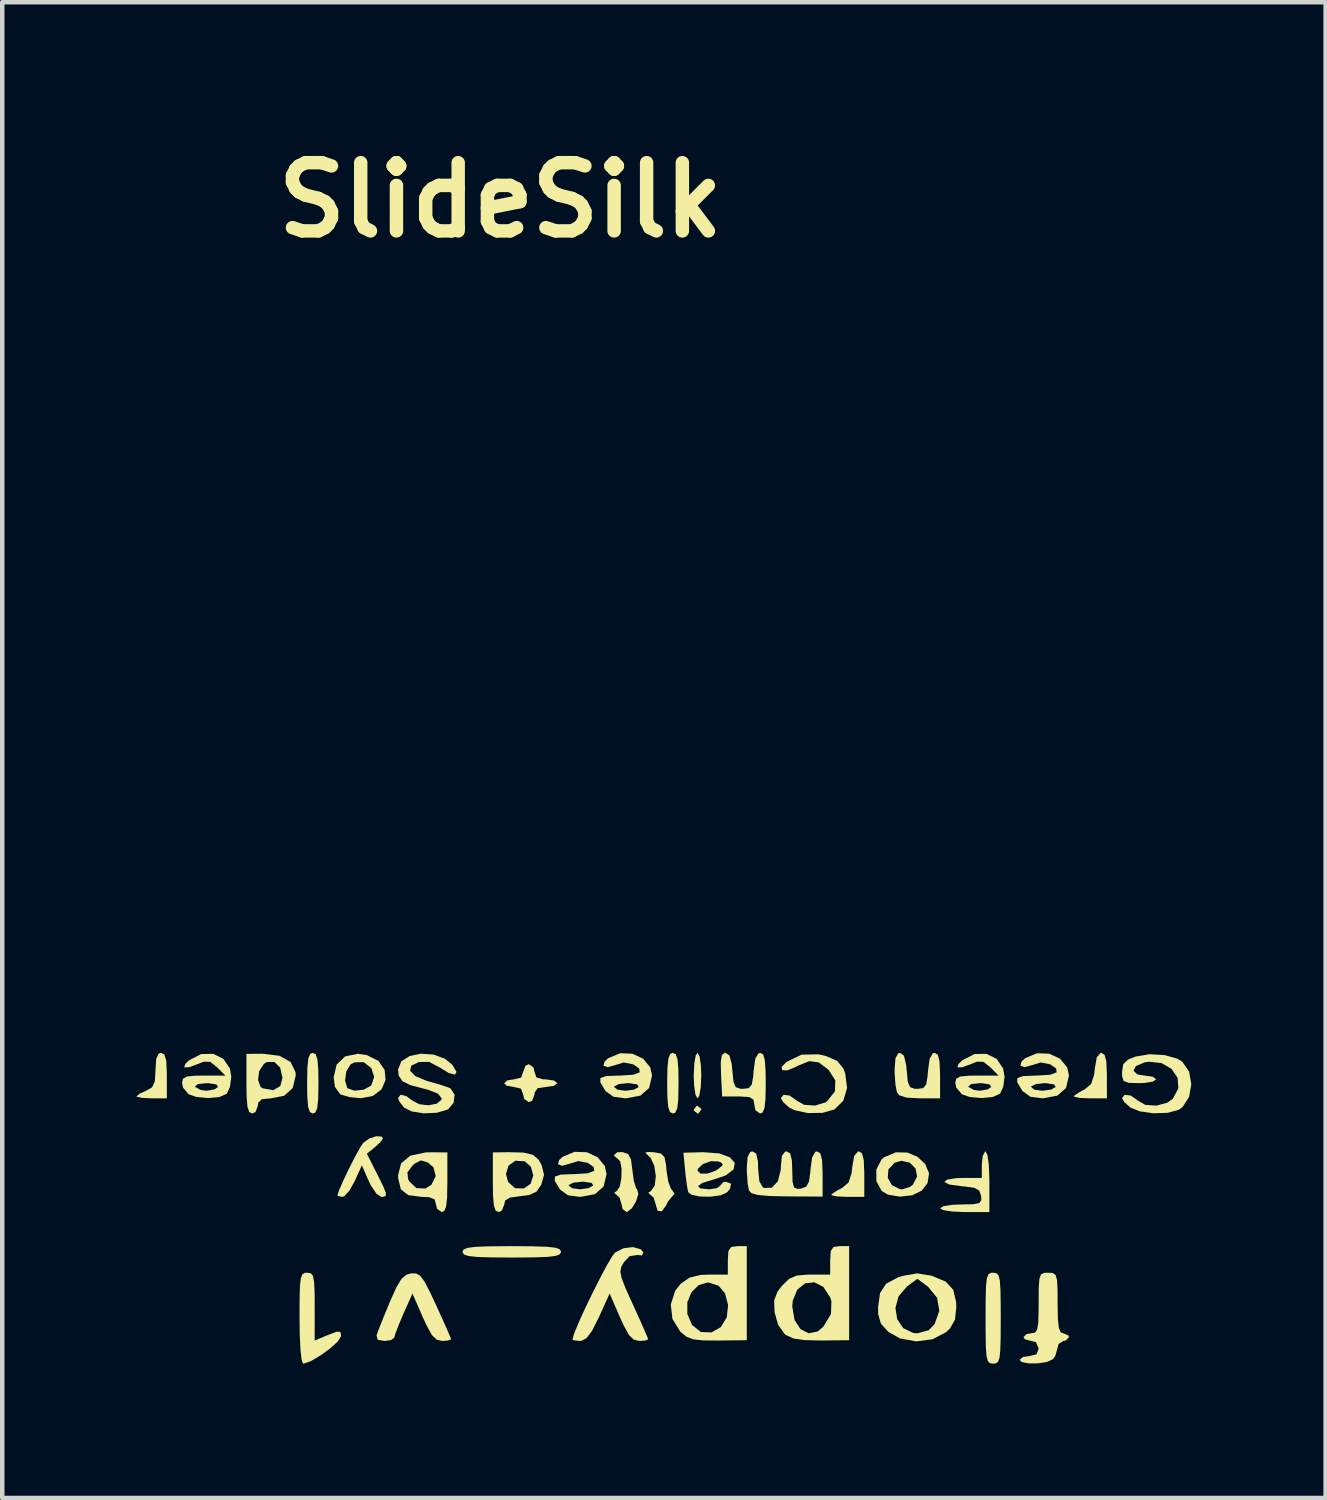
<source format=kicad_pcb>
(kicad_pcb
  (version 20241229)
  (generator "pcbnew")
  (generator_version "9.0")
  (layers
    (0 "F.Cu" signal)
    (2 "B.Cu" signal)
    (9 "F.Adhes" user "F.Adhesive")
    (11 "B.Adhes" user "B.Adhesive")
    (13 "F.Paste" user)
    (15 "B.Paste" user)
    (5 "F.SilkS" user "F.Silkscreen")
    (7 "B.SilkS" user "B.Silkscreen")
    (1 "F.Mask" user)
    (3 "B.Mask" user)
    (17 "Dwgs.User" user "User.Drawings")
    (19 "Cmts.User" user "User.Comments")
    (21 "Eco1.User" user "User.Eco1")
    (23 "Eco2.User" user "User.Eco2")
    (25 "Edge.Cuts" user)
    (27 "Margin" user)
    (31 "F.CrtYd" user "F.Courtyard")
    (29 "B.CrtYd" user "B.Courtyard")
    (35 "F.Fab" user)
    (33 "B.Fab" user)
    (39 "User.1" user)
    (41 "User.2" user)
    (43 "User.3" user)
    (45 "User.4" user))
  (footprint "SlideSilk"
    (layer "F.Cu")
    (at 8.128 1.418)
    (property "Reference" "SlideSilk" (at 0 0 0) (layer "F.SilkS") (effects (font (size 1.524 1.524) (thickness 0.3))))
    (attr board_only exclude_from_pos_files exclude_from_bom)
    (fp_poly (pts (xy 4.485 20.3) (xy 4.487 20.32) (xy 4.423 20.402) (xy 4.403 20.405) (xy 4.32 20.34) (xy 4.318 20.32) (xy 4.382 20.238) (xy 4.403 20.235)) (stroke (width 0) (type solid)) (fill yes) (layer "F.SilkS"))
    (fp_poly (pts (xy 4.448 19.127) (xy 4.478 19.329) (xy 4.487 19.558) (xy 4.474 19.829) (xy 4.441 20.012) (xy 4.403 20.066) (xy 4.358 19.989) (xy 4.327 19.787) (xy 4.318 19.558) (xy 4.331 19.287) (xy 4.364 19.104) (xy 4.403 19.05)) (stroke (width 0) (type solid)) (fill yes) (layer "F.SilkS"))
    (fp_poly (pts (xy -4.126 19.082) (xy -4.087 19.198) (xy -4.068 19.427) (xy -4.064 19.727) (xy -4.07 20.075) (xy -4.092 20.283) (xy -4.135 20.383) (xy -4.191 20.405) (xy -4.256 20.373) (xy -4.295 20.257) (xy -4.314 20.027) (xy -4.318 19.727) (xy -4.312 19.38) (xy -4.29 19.171) (xy -4.247 19.072) (xy -4.191 19.05)) (stroke (width 0) (type solid)) (fill yes) (layer "F.SilkS"))
    (fp_poly (pts (xy 3.917 19.082) (xy 3.957 19.198) (xy 3.975 19.427) (xy 3.979 19.727) (xy 3.973 20.075) (xy 3.952 20.283) (xy 3.909 20.383) (xy 3.852 20.405) (xy 3.787 20.373) (xy 3.748 20.257) (xy 3.729 20.027) (xy 3.725 19.727) (xy 3.731 19.38) (xy 3.753 19.171) (xy 3.796 19.072) (xy 3.852 19.05)) (stroke (width 0) (type solid)) (fill yes) (layer "F.SilkS"))
    (fp_poly (pts (xy 8.078 21.295) (xy 8.116 21.446) (xy 8.128 21.734) (xy 8.128 21.759) (xy 8.128 22.267) (xy 7.733 22.267) (xy 7.514 22.257) (xy 7.398 22.231) (xy 7.393 22.212) (xy 7.505 22.135) (xy 7.64 22.062) (xy 7.776 21.946) (xy 7.844 21.74) (xy 7.858 21.609) (xy 7.902 21.353) (xy 7.988 21.253) (xy 8.006 21.251)) (stroke (width 0) (type solid)) (fill yes) (layer "F.SilkS"))
    (fp_poly (pts (xy 13.496 19.094) (xy 13.535 19.245) (xy 13.547 19.532) (xy 13.547 19.558) (xy 13.547 20.066) (xy 13.152 20.066) (xy 12.933 20.056) (xy 12.816 20.03) (xy 12.811 20.011) (xy 12.924 19.934) (xy 13.058 19.861) (xy 13.195 19.745) (xy 13.262 19.539) (xy 13.276 19.408) (xy 13.321 19.152) (xy 13.406 19.052) (xy 13.425 19.05)) (stroke (width 0) (type solid)) (fill yes) (layer "F.SilkS"))
    (fp_poly (pts (xy -7.504 19.089) (xy -7.464 19.227) (xy -7.451 19.497) (xy -7.451 19.558) (xy -7.451 20.066) (xy -7.789 20.066) (xy -8.002 20.056) (xy -8.119 20.031) (xy -8.128 20.022) (xy -8.059 19.962) (xy -7.916 19.897) (xy -7.783 19.822) (xy -7.721 19.695) (xy -7.705 19.46) (xy -7.705 19.433) (xy -7.688 19.181) (xy -7.632 19.066) (xy -7.578 19.05)) (stroke (width 0) (type solid)) (fill yes) (layer "F.SilkS"))
    (fp_poly (pts (xy 0.712 23.371) (xy 1.027 23.381) (xy 1.222 23.402) (xy 1.322 23.436) (xy 1.354 23.487) (xy 1.355 23.495) (xy 1.33 23.548) (xy 1.24 23.584) (xy 1.059 23.607) (xy 0.762 23.618) (xy 0.324 23.622) (xy 0.254 23.622) (xy -0.204 23.619) (xy -0.519 23.609) (xy -0.714 23.588) (xy -0.814 23.554) (xy -0.846 23.503) (xy -0.847 23.495) (xy -0.822 23.442) (xy -0.732 23.406) (xy -0.551 23.383) (xy -0.254 23.372) (xy 0.184 23.368) (xy 0.254 23.368)) (stroke (width 0) (type solid)) (fill yes) (layer "F.SilkS"))
    (fp_poly (pts (xy 11.078 23.971) (xy 11.126 24.019) (xy 11.155 24.135) (xy 11.17 24.345) (xy 11.175 24.678) (xy 11.176 24.977) (xy 11.174 25.406) (xy 11.166 25.693) (xy 11.147 25.868) (xy 11.112 25.957) (xy 11.057 25.989) (xy 11.007 25.993) (xy 10.935 25.983) (xy 10.887 25.934) (xy 10.858 25.819) (xy 10.843 25.609) (xy 10.838 25.276) (xy 10.837 24.977) (xy 10.839 24.548) (xy 10.847 24.26) (xy 10.866 24.086) (xy 10.901 23.996) (xy 10.957 23.964) (xy 11.007 23.961)) (stroke (width 0) (type solid)) (fill yes) (layer "F.SilkS"))
    (fp_poly (pts (xy 3.429 21.271) (xy 3.587 21.299) (xy 3.666 21.38) (xy 3.701 21.563) (xy 3.71 21.673) (xy 3.747 21.917) (xy 3.809 22.086) (xy 3.837 22.118) (xy 3.889 22.201) (xy 3.846 22.246) (xy 3.74 22.376) (xy 3.701 22.458) (xy 3.608 22.588) (xy 3.513 22.58) (xy 3.471 22.444) (xy 3.423 22.284) (xy 3.365 22.232) (xy 3.303 22.176) (xy 3.365 22.133) (xy 3.448 22.013) (xy 3.471 21.805) (xy 3.439 21.577) (xy 3.356 21.397) (xy 3.323 21.365) (xy 3.238 21.285) (xy 3.284 21.262)) (stroke (width 0) (type solid)) (fill yes) (layer "F.SilkS"))
    (fp_poly (pts (xy -4.237 23.973) (xy -4.187 24.033) (xy -4.161 24.173) (xy -4.15 24.424) (xy -4.149 24.718) (xy -4.149 25.476) (xy -3.852 25.352) (xy -3.66 25.279) (xy -3.576 25.281) (xy -3.559 25.361) (xy -3.559 25.378) (xy -3.627 25.491) (xy -3.795 25.646) (xy -4.013 25.805) (xy -4.229 25.933) (xy -4.394 25.992) (xy -4.408 25.993) (xy -4.44 25.913) (xy -4.465 25.694) (xy -4.482 25.364) (xy -4.487 24.977) (xy -4.486 24.548) (xy -4.478 24.26) (xy -4.458 24.086) (xy -4.423 23.996) (xy -4.368 23.964) (xy -4.318 23.961)) (stroke (width 0) (type solid)) (fill yes) (layer "F.SilkS"))
    (fp_poly (pts (xy 2.853 21.311) (xy 2.917 21.43) (xy 2.948 21.671) (xy 2.948 21.673) (xy 2.98 21.913) (xy 3.031 22.073) (xy 3.054 22.101) (xy 3.081 22.202) (xy 3.031 22.365) (xy 2.937 22.521) (xy 2.83 22.604) (xy 2.815 22.605) (xy 2.728 22.536) (xy 2.709 22.444) (xy 2.661 22.284) (xy 2.603 22.232) (xy 2.541 22.176) (xy 2.603 22.133) (xy 2.667 22.033) (xy 2.702 21.847) (xy 2.706 21.639) (xy 2.677 21.476) (xy 2.625 21.421) (xy 2.543 21.355) (xy 2.54 21.33) (xy 2.61 21.27) (xy 2.731 21.267)) (stroke (width 0) (type solid)) (fill yes) (layer "F.SilkS"))
    (fp_poly (pts (xy 0.738 19.375) (xy 0.762 19.473) (xy 0.802 19.597) (xy 0.95 19.641) (xy 1.016 19.643) (xy 1.194 19.667) (xy 1.27 19.726) (xy 1.27 19.727) (xy 1.196 19.787) (xy 1.019 19.812) (xy 1.016 19.812) (xy 0.83 19.839) (xy 0.765 19.938) (xy 0.762 19.981) (xy 0.709 20.119) (xy 0.635 20.151) (xy 0.532 20.08) (xy 0.508 19.981) (xy 0.458 19.849) (xy 0.296 19.812) (xy 0.137 19.783) (xy 0.085 19.727) (xy 0.157 19.664) (xy 0.296 19.643) (xy 0.462 19.603) (xy 0.508 19.473) (xy 0.561 19.335) (xy 0.635 19.304)) (stroke (width 0) (type solid)) (fill yes) (layer "F.SilkS"))
    (fp_poly (pts (xy -2.65 20.921) (xy -2.625 20.963) (xy -2.683 21.047) (xy -2.804 21.158) (xy -2.983 21.303) (xy -2.762 21.74) (xy -2.625 22.015) (xy -2.56 22.173) (xy -2.561 22.246) (xy -2.621 22.266) (xy -2.664 22.267) (xy -2.769 22.196) (xy -2.892 22.016) (xy -2.941 21.915) (xy -3.095 21.563) (xy -3.254 21.915) (xy -3.372 22.126) (xy -3.486 22.252) (xy -3.527 22.267) (xy -3.631 22.248) (xy -3.641 22.235) (xy -3.604 22.12) (xy -3.511 21.906) (xy -3.386 21.642) (xy -3.252 21.38) (xy -3.135 21.167) (xy -3.065 21.061) (xy -2.931 20.964) (xy -2.771 20.912)) (stroke (width 0) (type solid)) (fill yes) (layer "F.SilkS"))
    (fp_poly (pts (xy 9.771 19.093) (xy 9.809 19.244) (xy 9.821 19.53) (xy 9.821 19.558) (xy 9.821 20.066) (xy 9.365 20.066) (xy 9.07 20.05) (xy 8.909 19.998) (xy 8.857 19.932) (xy 8.825 19.767) (xy 8.807 19.516) (xy 8.805 19.424) (xy 8.824 19.172) (xy 8.885 19.061) (xy 8.928 19.05) (xy 9.014 19.115) (xy 9.064 19.321) (xy 9.076 19.452) (xy 9.1 19.696) (xy 9.15 19.815) (xy 9.25 19.852) (xy 9.313 19.854) (xy 9.443 19.838) (xy 9.51 19.758) (xy 9.542 19.571) (xy 9.551 19.452) (xy 9.588 19.182) (xy 9.658 19.061) (xy 9.699 19.05)) (stroke (width 0) (type solid)) (fill yes) (layer "F.SilkS"))
    (fp_poly (pts (xy 9.091 21.277) (xy 9.32 21.374) (xy 9.491 21.536) (xy 9.574 21.739) (xy 9.541 21.958) (xy 9.412 22.127) (xy 9.197 22.232) (xy 8.919 22.262) (xy 8.655 22.217) (xy 8.515 22.134) (xy 8.397 21.913) (xy 8.397 21.84) (xy 8.652 21.84) (xy 8.744 22.006) (xy 8.925 22.095) (xy 8.975 22.098) (xy 9.152 22.042) (xy 9.212 21.996) (xy 9.308 21.812) (xy 9.273 21.633) (xy 9.143 21.502) (xy 8.953 21.461) (xy 8.805 21.505) (xy 8.667 21.653) (xy 8.652 21.84) (xy 8.397 21.84) (xy 8.398 21.655) (xy 8.512 21.433) (xy 8.57 21.383) (xy 8.832 21.272)) (stroke (width 0) (type solid)) (fill yes) (layer "F.SilkS"))
    (fp_poly (pts (xy 10.879 21.331) (xy 10.909 21.547) (xy 10.922 21.868) (xy 10.922 21.929) (xy 10.922 22.606) (xy 10.372 22.606) (xy 10.084 22.594) (xy 9.887 22.562) (xy 9.821 22.521) (xy 9.898 22.475) (xy 10.096 22.444) (xy 10.293 22.437) (xy 10.561 22.431) (xy 10.698 22.404) (xy 10.743 22.339) (xy 10.737 22.246) (xy 10.696 22.127) (xy 10.584 22.064) (xy 10.356 22.033) (xy 10.308 22.03) (xy 10.032 21.992) (xy 9.919 21.938) (xy 9.968 21.884) (xy 10.176 21.849) (xy 10.329 21.844) (xy 10.753 21.844) (xy 10.753 21.548) (xy 10.774 21.352) (xy 10.826 21.254) (xy 10.837 21.251)) (stroke (width 0) (type solid)) (fill yes) (layer "F.SilkS"))
    (fp_poly (pts (xy -4.936 19.115) (xy -4.687 19.254) (xy -4.577 19.481) (xy -4.572 19.554) (xy -4.639 19.836) (xy -4.834 20.01) (xy -5.128 20.066) (xy -5.33 20.086) (xy -5.41 20.163) (xy -5.419 20.235) (xy -5.472 20.373) (xy -5.546 20.405) (xy -5.611 20.372) (xy -5.65 20.256) (xy -5.669 20.024) (xy -5.673 19.739) (xy -5.673 19.651) (xy -5.414 19.651) (xy -5.361 19.806) (xy -5.313 19.842) (xy -5.074 19.884) (xy -4.918 19.793) (xy -4.868 19.61) (xy -4.919 19.382) (xy -5.047 19.254) (xy -5.214 19.254) (xy -5.285 19.298) (xy -5.388 19.457) (xy -5.414 19.651) (xy -5.673 19.651) (xy -5.673 19.073) (xy -5.313 19.07)) (stroke (width 0) (type solid)) (fill yes) (layer "F.SilkS"))
    (fp_poly (pts (xy -2.985 19.1) (xy -2.725 19.23) (xy -2.587 19.429) (xy -2.565 19.654) (xy -2.654 19.863) (xy -2.849 20.013) (xy -3.113 20.063) (xy -3.365 20.039) (xy -3.562 19.983) (xy -3.577 19.975) (xy -3.696 19.811) (xy -3.715 19.67) (xy -3.471 19.67) (xy -3.422 19.832) (xy -3.415 19.84) (xy -3.26 19.895) (xy -3.055 19.873) (xy -2.89 19.783) (xy -2.882 19.774) (xy -2.82 19.586) (xy -2.883 19.392) (xy -3.047 19.262) (xy -3.056 19.259) (xy -3.251 19.26) (xy -3.348 19.307) (xy -3.442 19.465) (xy -3.471 19.67) (xy -3.715 19.67) (xy -3.725 19.598) (xy -3.658 19.311) (xy -3.47 19.13) (xy -3.187 19.071)) (stroke (width 0) (type solid)) (fill yes) (layer "F.SilkS"))
    (fp_poly (pts (xy -1.886 23.977) (xy -1.795 24.027) (xy -1.699 24.154) (xy -1.577 24.387) (xy -1.438 24.683) (xy -1.293 25.002) (xy -1.179 25.259) (xy -1.112 25.418) (xy -1.101 25.451) (xy -1.173 25.477) (xy -1.301 25.485) (xy -1.424 25.457) (xy -1.531 25.353) (xy -1.65 25.138) (xy -1.733 24.956) (xy -1.965 24.426) (xy -2.168 24.882) (xy -2.277 25.139) (xy -2.351 25.334) (xy -2.371 25.411) (xy -2.443 25.466) (xy -2.588 25.485) (xy -2.743 25.459) (xy -2.766 25.364) (xy -2.758 25.336) (xy -2.704 25.188) (xy -2.603 24.936) (xy -2.477 24.631) (xy -2.462 24.595) (xy -2.321 24.282) (xy -2.209 24.097) (xy -2.099 24.005) (xy -1.994 23.976)) (stroke (width 0) (type solid)) (fill yes) (layer "F.SilkS"))
    (fp_poly (pts (xy 0.519 21.278) (xy 0.724 21.327) (xy 0.851 21.434) (xy 0.92 21.556) (xy 0.975 21.776) (xy 0.911 21.999) (xy 0.804 22.152) (xy 0.636 22.227) (xy 0.444 22.251) (xy 0.211 22.283) (xy 0.105 22.349) (xy 0.085 22.442) (xy 0.03 22.576) (xy -0.042 22.606) (xy -0.108 22.574) (xy -0.147 22.457) (xy -0.166 22.225) (xy -0.169 21.94) (xy -0.169 21.759) (xy 0.124 21.759) (xy 0.173 21.935) (xy 0.326 22.073) (xy 0.523 22.079) (xy 0.674 21.975) (xy 0.734 21.791) (xy 0.681 21.594) (xy 0.547 21.473) (xy 0.333 21.46) (xy 0.18 21.57) (xy 0.124 21.759) (xy -0.169 21.759) (xy -0.169 21.274) (xy 0.191 21.269)) (stroke (width 0) (type solid)) (fill yes) (layer "F.SilkS"))
    (fp_poly (pts (xy -1.185 21.274) (xy -1.185 21.94) (xy -1.191 22.284) (xy -1.214 22.49) (xy -1.258 22.586) (xy -1.312 22.606) (xy -1.416 22.535) (xy -1.439 22.437) (xy -1.469 22.324) (xy -1.59 22.275) (xy -1.761 22.267) (xy -2.057 22.229) (xy -2.224 22.098) (xy -2.284 21.853) (xy -2.286 21.787) (xy -2.27 21.722) (xy -2.078 21.722) (xy -2.062 21.868) (xy -2.038 21.918) (xy -1.879 22.07) (xy -1.677 22.081) (xy -1.541 21.996) (xy -1.445 21.802) (xy -1.496 21.607) (xy -1.619 21.5) (xy -1.778 21.452) (xy -1.919 21.527) (xy -1.966 21.571) (xy -2.078 21.722) (xy -2.27 21.722) (xy -2.218 21.518) (xy -2.013 21.347) (xy -1.671 21.274) (xy -1.545 21.271)) (stroke (width 0) (type solid)) (fill yes) (layer "F.SilkS"))
    (fp_poly (pts (xy 5.868 19.086) (xy 5.906 19.212) (xy 5.923 19.458) (xy 5.927 19.727) (xy 5.921 20.075) (xy 5.899 20.283) (xy 5.856 20.383) (xy 5.8 20.405) (xy 5.697 20.332) (xy 5.673 20.214) (xy 5.652 20.094) (xy 5.559 20.038) (xy 5.348 20.024) (xy 5.313 20.024) (xy 4.953 20.024) (xy 4.928 19.537) (xy 4.922 19.253) (xy 4.947 19.102) (xy 5.01 19.051) (xy 5.029 19.05) (xy 5.116 19.108) (xy 5.167 19.298) (xy 5.181 19.452) (xy 5.206 19.696) (xy 5.255 19.815) (xy 5.356 19.852) (xy 5.419 19.854) (xy 5.548 19.838) (xy 5.616 19.758) (xy 5.647 19.571) (xy 5.656 19.452) (xy 5.693 19.182) (xy 5.764 19.061) (xy 5.804 19.05)) (stroke (width 0) (type solid)) (fill yes) (layer "F.SilkS"))
    (fp_poly (pts (xy 7.283 19.125) (xy 7.524 19.231) (xy 7.659 19.398) (xy 7.701 19.505) (xy 7.744 19.834) (xy 7.659 20.12) (xy 7.461 20.315) (xy 7.46 20.315) (xy 7.194 20.39) (xy 6.869 20.395) (xy 6.572 20.332) (xy 6.454 20.273) (xy 6.314 20.149) (xy 6.265 20.061) (xy 6.324 19.988) (xy 6.455 20.002) (xy 6.593 20.095) (xy 6.604 20.108) (xy 6.784 20.211) (xy 7.029 20.227) (xy 7.259 20.157) (xy 7.299 20.13) (xy 7.472 19.91) (xy 7.481 19.667) (xy 7.333 19.432) (xy 7.113 19.264) (xy 6.899 19.235) (xy 6.637 19.341) (xy 6.599 19.363) (xy 6.409 19.442) (xy 6.293 19.437) (xy 6.282 19.364) (xy 6.392 19.251) (xy 6.73 19.09) (xy 7.106 19.083)) (stroke (width 0) (type solid)) (fill yes) (layer "F.SilkS"))
    (fp_poly (pts (xy 5.503 25.469) (xy 4.863 25.476) (xy 4.524 25.473) (xy 4.305 25.449) (xy 4.158 25.392) (xy 4.032 25.291) (xy 4.017 25.276) (xy 3.842 24.994) (xy 3.83 24.882) (xy 4.175 24.882) (xy 4.28 25.127) (xy 4.478 25.286) (xy 4.717 25.294) (xy 4.925 25.175) (xy 5.056 24.958) (xy 5.086 24.685) (xy 5.018 24.423) (xy 4.874 24.253) (xy 4.641 24.177) (xy 4.431 24.236) (xy 4.268 24.396) (xy 4.175 24.623) (xy 4.175 24.882) (xy 3.83 24.882) (xy 3.806 24.671) (xy 3.905 24.362) (xy 4.028 24.208) (xy 4.225 24.07) (xy 4.468 24.011) (xy 4.663 24.003) (xy 5.08 24.003) (xy 5.08 23.686) (xy 5.093 23.476) (xy 5.155 23.386) (xy 5.292 23.368) (xy 5.503 23.368)) (stroke (width 0) (type solid)) (fill yes) (layer "F.SilkS"))
    (fp_poly (pts (xy 7.789 25.469) (xy 7.162 25.475) (xy 6.789 25.467) (xy 6.542 25.429) (xy 6.377 25.353) (xy 6.352 25.334) (xy 6.203 25.125) (xy 6.124 24.843) (xy 6.119 24.719) (xy 6.519 24.719) (xy 6.57 25.017) (xy 6.703 25.222) (xy 6.885 25.315) (xy 7.087 25.274) (xy 7.213 25.167) (xy 7.384 24.883) (xy 7.394 24.602) (xy 7.368 24.515) (xy 7.213 24.278) (xy 7.012 24.175) (xy 6.805 24.199) (xy 6.631 24.34) (xy 6.53 24.587) (xy 6.519 24.719) (xy 6.119 24.719) (xy 6.114 24.582) (xy 6.189 24.384) (xy 6.291 24.251) (xy 6.449 24.098) (xy 6.62 24.024) (xy 6.877 24.003) (xy 6.935 24.003) (xy 7.366 24.003) (xy 7.366 23.686) (xy 7.379 23.476) (xy 7.441 23.386) (xy 7.578 23.368) (xy 7.789 23.368)) (stroke (width 0) (type solid)) (fill yes) (layer "F.SilkS"))
    (fp_poly (pts (xy 9.624 24.027) (xy 9.642 24.032) (xy 9.947 24.16) (xy 10.115 24.341) (xy 10.179 24.618) (xy 10.183 24.74) (xy 10.153 25.013) (xy 10.041 25.207) (xy 9.955 25.289) (xy 9.652 25.448) (xy 9.288 25.495) (xy 8.927 25.43) (xy 8.663 25.281) (xy 8.5 25.101) (xy 8.439 24.89) (xy 8.436 24.746) (xy 8.824 24.746) (xy 8.862 24.998) (xy 8.998 25.199) (xy 9.223 25.308) (xy 9.313 25.315) (xy 9.567 25.246) (xy 9.699 25.109) (xy 9.804 24.812) (xy 9.753 24.519) (xy 9.552 24.274) (xy 9.546 24.27) (xy 9.313 24.097) (xy 9.081 24.27) (xy 8.893 24.489) (xy 8.824 24.746) (xy 8.436 24.746) (xy 8.436 24.732) (xy 8.48 24.415) (xy 8.615 24.208) (xy 8.874 24.069) (xy 8.985 24.032) (xy 9.306 23.976)) (stroke (width 0) (type solid)) (fill yes) (layer "F.SilkS"))
    (fp_poly (pts (xy -6.187 19.185) (xy -6.042 19.401) (xy -6.011 19.588) (xy -6.041 19.811) (xy -6.112 19.964) (xy -6.113 19.964) (xy -6.278 20.037) (xy -6.529 20.06) (xy -6.791 20.035) (xy -6.964 19.975) (xy -7.088 19.828) (xy -7.094 19.8) (xy -6.821 19.8) (xy -6.816 19.812) (xy -6.699 19.878) (xy -6.562 19.897) (xy -6.384 19.865) (xy -6.308 19.812) (xy -6.344 19.755) (xy -6.517 19.728) (xy -6.562 19.727) (xy -6.757 19.747) (xy -6.821 19.8) (xy -7.094 19.8) (xy -7.112 19.723) (xy -7.091 19.629) (xy -7.003 19.579) (xy -6.809 19.56) (xy -6.628 19.558) (xy -6.143 19.558) (xy -6.328 19.373) (xy -6.482 19.251) (xy -6.627 19.247) (xy -6.731 19.289) (xy -6.955 19.372) (xy -7.063 19.374) (xy -7.041 19.299) (xy -6.954 19.217) (xy -6.685 19.077) (xy -6.415 19.072)) (stroke (width 0) (type solid)) (fill yes) (layer "F.SilkS"))
    (fp_poly (pts (xy 1.931 21.27) (xy 2.172 21.382) (xy 2.332 21.577) (xy 2.371 21.758) (xy 2.305 22.037) (xy 2.11 22.207) (xy 1.788 22.267) (xy 1.777 22.267) (xy 1.51 22.232) (xy 1.34 22.11) (xy 1.317 22.079) (xy 1.277 22.013) (xy 1.524 22.013) (xy 1.597 22.073) (xy 1.773 22.098) (xy 1.969 22.072) (xy 2.074 22.013) (xy 2.039 21.956) (xy 1.866 21.929) (xy 1.825 21.929) (xy 1.627 21.95) (xy 1.527 22.001) (xy 1.524 22.013) (xy 1.277 22.013) (xy 1.215 21.91) (xy 1.218 21.814) (xy 1.346 21.77) (xy 1.622 21.759) (xy 1.651 21.759) (xy 1.951 21.74) (xy 2.097 21.685) (xy 2.083 21.599) (xy 1.952 21.508) (xy 1.738 21.467) (xy 1.571 21.519) (xy 1.381 21.572) (xy 1.285 21.539) (xy 1.313 21.443) (xy 1.392 21.371) (xy 1.656 21.261)) (stroke (width 0) (type solid)) (fill yes) (layer "F.SilkS"))
    (fp_poly (pts (xy 2.947 19.069) (xy 3.188 19.181) (xy 3.348 19.376) (xy 3.387 19.557) (xy 3.321 19.835) (xy 3.126 20.006) (xy 2.804 20.066) (xy 2.793 20.066) (xy 2.526 20.031) (xy 2.356 19.909) (xy 2.333 19.878) (xy 2.293 19.812) (xy 2.54 19.812) (xy 2.613 19.872) (xy 2.789 19.897) (xy 2.985 19.871) (xy 3.09 19.812) (xy 3.055 19.754) (xy 2.882 19.728) (xy 2.841 19.727) (xy 2.643 19.748) (xy 2.543 19.8) (xy 2.54 19.812) (xy 2.293 19.812) (xy 2.231 19.709) (xy 2.234 19.613) (xy 2.362 19.569) (xy 2.638 19.558) (xy 2.667 19.558) (xy 2.967 19.539) (xy 3.113 19.484) (xy 3.099 19.398) (xy 2.968 19.307) (xy 2.754 19.265) (xy 2.587 19.317) (xy 2.397 19.37) (xy 2.301 19.337) (xy 2.329 19.242) (xy 2.408 19.17) (xy 2.672 19.059)) (stroke (width 0) (type solid)) (fill yes) (layer "F.SilkS"))
    (fp_poly (pts (xy 3.138 23.439) (xy 3.194 23.51) (xy 3.161 23.575) (xy 3.06 23.565) (xy 2.883 23.593) (xy 2.757 23.729) (xy 2.698 23.834) (xy 2.679 23.94) (xy 2.709 24.085) (xy 2.794 24.305) (xy 2.943 24.637) (xy 2.962 24.677) (xy 3.108 24.997) (xy 3.222 25.256) (xy 3.29 25.416) (xy 3.302 25.451) (xy 3.23 25.477) (xy 3.101 25.485) (xy 2.979 25.457) (xy 2.872 25.353) (xy 2.753 25.139) (xy 2.67 24.956) (xy 2.44 24.426) (xy 2.199 24.956) (xy 2.047 25.258) (xy 1.922 25.425) (xy 1.804 25.484) (xy 1.783 25.485) (xy 1.643 25.472) (xy 1.609 25.453) (xy 1.646 25.322) (xy 1.745 25.081) (xy 1.887 24.769) (xy 2.052 24.425) (xy 2.222 24.088) (xy 2.378 23.796) (xy 2.5 23.589) (xy 2.559 23.512) (xy 2.751 23.414) (xy 2.966 23.389)) (stroke (width 0) (type solid)) (fill yes) (layer "F.SilkS"))
    (fp_poly (pts (xy 11.085 19.185) (xy 11.23 19.401) (xy 11.261 19.588) (xy 11.231 19.811) (xy 11.16 19.964) (xy 11.159 19.964) (xy 10.994 20.037) (xy 10.743 20.06) (xy 10.481 20.035) (xy 10.308 19.975) (xy 10.184 19.828) (xy 10.178 19.8) (xy 10.451 19.8) (xy 10.456 19.812) (xy 10.573 19.878) (xy 10.71 19.897) (xy 10.888 19.865) (xy 10.964 19.812) (xy 10.928 19.755) (xy 10.755 19.728) (xy 10.71 19.727) (xy 10.515 19.747) (xy 10.451 19.8) (xy 10.178 19.8) (xy 10.16 19.723) (xy 10.181 19.629) (xy 10.269 19.579) (xy 10.463 19.56) (xy 10.644 19.558) (xy 11.129 19.558) (xy 10.944 19.373) (xy 10.79 19.251) (xy 10.645 19.247) (xy 10.541 19.289) (xy 10.317 19.372) (xy 10.209 19.374) (xy 10.231 19.299) (xy 10.318 19.217) (xy 10.587 19.077) (xy 10.857 19.072)) (stroke (width 0) (type solid)) (fill yes) (layer "F.SilkS"))
    (fp_poly (pts (xy 12.261 19.069) (xy 12.502 19.181) (xy 12.661 19.376) (xy 12.7 19.557) (xy 12.634 19.835) (xy 12.439 20.006) (xy 12.118 20.066) (xy 12.106 20.066) (xy 11.839 20.031) (xy 11.67 19.909) (xy 11.646 19.878) (xy 11.607 19.812) (xy 11.853 19.812) (xy 11.927 19.872) (xy 12.102 19.897) (xy 12.298 19.871) (xy 12.404 19.812) (xy 12.368 19.754) (xy 12.195 19.728) (xy 12.155 19.727) (xy 11.957 19.748) (xy 11.856 19.8) (xy 11.853 19.812) (xy 11.607 19.812) (xy 11.544 19.709) (xy 11.547 19.613) (xy 11.676 19.569) (xy 11.951 19.558) (xy 11.98 19.558) (xy 12.281 19.539) (xy 12.426 19.484) (xy 12.413 19.398) (xy 12.282 19.307) (xy 12.068 19.265) (xy 11.9 19.317) (xy 11.71 19.37) (xy 11.615 19.337) (xy 11.642 19.242) (xy 11.721 19.17) (xy 11.985 19.059)) (stroke (width 0) (type solid)) (fill yes) (layer "F.SilkS"))
    (fp_poly (pts (xy 4.889 21.296) (xy 5.127 21.385) (xy 5.236 21.511) (xy 5.208 21.653) (xy 5.034 21.788) (xy 4.755 21.881) (xy 4.513 21.955) (xy 4.414 22.026) (xy 4.463 22.078) (xy 4.657 22.098) (xy 4.835 22.073) (xy 4.911 22.014) (xy 4.911 22.013) (xy 4.979 21.938) (xy 5.038 21.929) (xy 5.153 21.973) (xy 5.127 22.09) (xy 5.063 22.166) (xy 4.918 22.232) (xy 4.695 22.263) (xy 4.458 22.259) (xy 4.269 22.221) (xy 4.195 22.162) (xy 4.167 22.017) (xy 4.136 21.778) (xy 4.126 21.678) (xy 4.403 21.678) (xy 4.468 21.748) (xy 4.624 21.748) (xy 4.807 21.682) (xy 4.864 21.646) (xy 4.969 21.555) (xy 4.936 21.503) (xy 4.874 21.477) (xy 4.701 21.469) (xy 4.522 21.534) (xy 4.411 21.64) (xy 4.403 21.678) (xy 4.126 21.678) (xy 4.125 21.668) (xy 4.088 21.281) (xy 4.53 21.269)) (stroke (width 0) (type solid)) (fill yes) (layer "F.SilkS"))
    (fp_poly (pts (xy 12.339 23.968) (xy 12.402 24.013) (xy 12.434 24.129) (xy 12.445 24.353) (xy 12.446 24.638) (xy 12.452 24.986) (xy 12.474 25.194) (xy 12.517 25.294) (xy 12.573 25.315) (xy 12.686 25.361) (xy 12.7 25.4) (xy 12.631 25.475) (xy 12.573 25.485) (xy 12.467 25.554) (xy 12.446 25.637) (xy 12.392 25.825) (xy 12.344 25.891) (xy 12.211 25.954) (xy 12.008 25.986) (xy 11.797 25.987) (xy 11.641 25.955) (xy 11.599 25.908) (xy 11.672 25.844) (xy 11.811 25.823) (xy 11.977 25.784) (xy 12.023 25.654) (xy 11.963 25.512) (xy 11.853 25.485) (xy 11.716 25.449) (xy 11.684 25.4) (xy 11.755 25.331) (xy 11.853 25.315) (xy 11.938 25.301) (xy 11.988 25.236) (xy 12.014 25.086) (xy 12.022 24.817) (xy 12.023 24.638) (xy 12.025 24.302) (xy 12.039 24.101) (xy 12.075 24) (xy 12.145 23.965) (xy 12.234 23.961)) (stroke (width 0) (type solid)) (fill yes) (layer "F.SilkS"))
    (fp_poly (pts (xy 7.146 21.295) (xy 7.185 21.446) (xy 7.197 21.734) (xy 7.197 21.756) (xy 7.197 22.261) (xy 6.398 22.256) (xy 6.004 22.248) (xy 5.75 22.225) (xy 5.609 22.185) (xy 5.552 22.125) (xy 5.522 21.966) (xy 5.505 21.718) (xy 5.503 21.625) (xy 5.521 21.377) (xy 5.579 21.265) (xy 5.63 21.251) (xy 5.714 21.301) (xy 5.752 21.47) (xy 5.757 21.635) (xy 5.783 21.918) (xy 5.863 22.056) (xy 5.885 22.068) (xy 6.064 22.063) (xy 6.197 21.919) (xy 6.262 21.663) (xy 6.265 21.58) (xy 6.288 21.348) (xy 6.361 21.256) (xy 6.392 21.251) (xy 6.472 21.296) (xy 6.511 21.451) (xy 6.519 21.681) (xy 6.526 21.933) (xy 6.558 22.056) (xy 6.634 22.089) (xy 6.71 22.083) (xy 6.829 22.041) (xy 6.892 21.929) (xy 6.923 21.701) (xy 6.926 21.654) (xy 6.963 21.383) (xy 7.034 21.262) (xy 7.074 21.251)) (stroke (width 0) (type solid)) (fill yes) (layer "F.SilkS"))
    (fp_poly (pts (xy -1.496 19.088) (xy -1.238 19.182) (xy -1.072 19.32) (xy -0.981 19.473) (xy -1.014 19.536) (xy -1.149 19.503) (xy -1.344 19.383) (xy -1.592 19.252) (xy -1.819 19.254) (xy -1.994 19.338) (xy -2.017 19.451) (xy -1.9 19.57) (xy -1.652 19.674) (xy -1.598 19.689) (xy -1.345 19.761) (xy -1.157 19.826) (xy -1.111 19.848) (xy -1.023 19.985) (xy -1.045 20.164) (xy -1.166 20.309) (xy -1.18 20.317) (xy -1.419 20.388) (xy -1.711 20.401) (xy -1.982 20.359) (xy -2.153 20.272) (xy -2.26 20.133) (xy -2.286 20.06) (xy -2.231 19.986) (xy -2.101 20.016) (xy -1.973 20.113) (xy -1.812 20.198) (xy -1.608 20.221) (xy -1.422 20.186) (xy -1.318 20.099) (xy -1.312 20.067) (xy -1.394 19.961) (xy -1.627 19.871) (xy -1.693 19.855) (xy -2.009 19.772) (xy -2.19 19.682) (xy -2.271 19.56) (xy -2.286 19.424) (xy -2.214 19.24) (xy -2.029 19.121) (xy -1.775 19.069)) (stroke (width 0) (type solid)) (fill yes) (layer "F.SilkS"))
    (fp_poly (pts (xy 14.836 19.1) (xy 15.125 19.182) (xy 15.228 19.245) (xy 15.383 19.467) (xy 15.433 19.751) (xy 15.383 20.035) (xy 15.237 20.261) (xy 15.152 20.322) (xy 14.908 20.389) (xy 14.592 20.4) (xy 14.283 20.357) (xy 14.074 20.273) (xy 13.934 20.149) (xy 13.885 20.061) (xy 13.944 19.988) (xy 14.075 20.002) (xy 14.213 20.095) (xy 14.224 20.108) (xy 14.406 20.212) (xy 14.656 20.229) (xy 14.9 20.162) (xy 15.022 20.073) (xy 15.144 19.84) (xy 15.126 19.608) (xy 14.993 19.41) (xy 14.771 19.279) (xy 14.484 19.248) (xy 14.39 19.262) (xy 14.195 19.345) (xy 14.141 19.45) (xy 14.23 19.533) (xy 14.393 19.558) (xy 14.572 19.583) (xy 14.647 19.642) (xy 14.647 19.643) (xy 14.572 19.693) (xy 14.38 19.723) (xy 14.266 19.727) (xy 14.032 19.72) (xy 13.921 19.677) (xy 13.887 19.57) (xy 13.885 19.48) (xy 13.912 19.303) (xy 14.025 19.197) (xy 14.187 19.133) (xy 14.499 19.081)) (stroke (width 0) (type solid)) (fill yes) (layer "F.SilkS")))
  (gr_rect
    (start -3 -3)
    (end 26.561 30.411)
    (stroke (width 0.1) (type default))
    (fill no)
    (layer "Edge.Cuts")))
</source>
